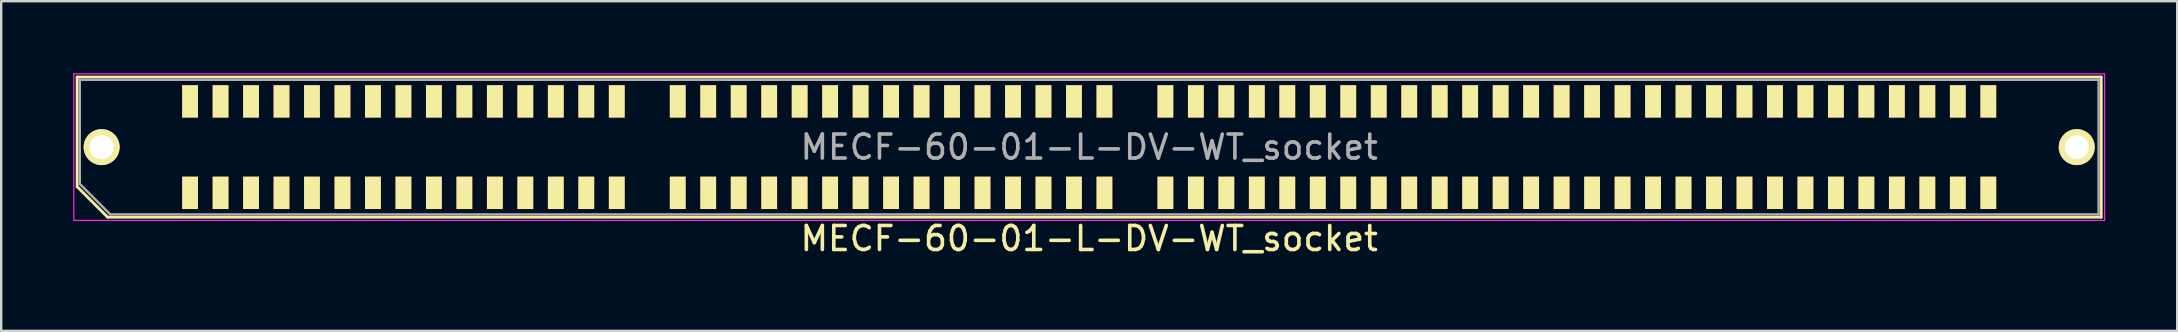
<source format=kicad_pcb>
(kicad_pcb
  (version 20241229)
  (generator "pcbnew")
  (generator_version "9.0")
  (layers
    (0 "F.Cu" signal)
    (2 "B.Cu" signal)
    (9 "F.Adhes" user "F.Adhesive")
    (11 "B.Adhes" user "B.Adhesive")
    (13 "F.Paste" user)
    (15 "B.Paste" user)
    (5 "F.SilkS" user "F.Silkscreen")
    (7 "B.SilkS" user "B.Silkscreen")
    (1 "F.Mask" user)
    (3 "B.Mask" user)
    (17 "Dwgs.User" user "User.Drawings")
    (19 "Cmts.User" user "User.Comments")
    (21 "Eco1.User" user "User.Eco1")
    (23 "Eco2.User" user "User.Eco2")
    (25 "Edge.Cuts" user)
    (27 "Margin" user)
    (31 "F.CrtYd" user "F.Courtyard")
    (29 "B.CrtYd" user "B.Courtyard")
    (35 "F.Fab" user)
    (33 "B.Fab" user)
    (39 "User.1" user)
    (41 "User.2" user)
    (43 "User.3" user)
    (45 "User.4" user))
  (footprint "MECF-60-01-L-DV-WT_socket"
    (layer "F.Cu")
    (at 42.335 3.08)
    (property "Reference" "MECF-60-01-L-DV-WT_socket" (at 0 3.81 0) (layer "F.SilkS") (effects (font (size 1 1) (thickness 0.15))))
    (attr through_hole)
    (fp_line (start -42.17 -2.92) (end 42.17 -2.92) (stroke (width 0.12) (type solid)) (layer "F.SilkS"))
    (fp_line (start -42.17 1.65) (end -42.17 -2.92) (stroke (width 0.12) (type solid)) (layer "F.SilkS"))
    (fp_line (start -40.9 2.92) (end -42.17 1.65) (stroke (width 0.12) (type solid)) (layer "F.SilkS"))
    (fp_line (start -40.9 2.92) (end 42.17 2.92) (stroke (width 0.12) (type solid)) (layer "F.SilkS"))
    (fp_line (start 42.17 2.92) (end 42.17 -2.92) (stroke (width 0.12) (type solid)) (layer "F.SilkS"))
    (fp_line (start -42.31 -3.055) (end -42.31 3.055) (stroke (width 0.05) (type solid)) (layer "F.CrtYd"))
    (fp_line (start -42.31 3.055) (end 42.31 3.055) (stroke (width 0.05) (type solid)) (layer "F.CrtYd"))
    (fp_line (start 42.31 -3.055) (end -42.31 -3.055) (stroke (width 0.05) (type solid)) (layer "F.CrtYd"))
    (fp_line (start 42.31 3.055) (end 42.31 -3.055) (stroke (width 0.05) (type solid)) (layer "F.CrtYd"))
    (fp_line (start -42.06 -2.805) (end 42.06 -2.805) (stroke (width 0.1) (type solid)) (layer "F.Fab"))
    (fp_line (start -42.06 1.535) (end -42.06 -2.805) (stroke (width 0.1) (type solid)) (layer "F.Fab"))
    (fp_line (start -42.06 1.535) (end -40.79 2.805) (stroke (width 0.1) (type solid)) (layer "F.Fab"))
    (fp_line (start -40.79 2.805) (end 42.06 2.805) (stroke (width 0.1) (type solid)) (layer "F.Fab"))
    (fp_line (start 42.06 2.805) (end 42.06 -2.805) (stroke (width 0.1) (type solid)) (layer "F.Fab"))
    (fp_text user "${REFERENCE}" (at 0 0 0) (layer "F.Fab") (effects (font (size 1 1) (thickness 0.15))))
    (pad "" np_thru_hole circle (at -39.245 0) (size 0.001 0.001) (drill 1.45) (layers "*.Cu" "*.Mask" "F.SilkS"))
    (pad "" np_thru_hole circle (at 39.245 1) (size 0.001 0.001) (drill 1.45) (layers "*.Cu" "*.Mask" "F.SilkS"))
    (pad "1" smd rect (at -37.465 1.905) (size 0.66 1.35) (layers "F.Cu" "F.Mask" "F.SilkS"))
    (pad "2" smd rect (at -37.465 -1.905) (size 0.66 1.35) (layers "F.Cu" "F.Mask" "F.SilkS"))
    (pad "3" smd rect (at -36.195 1.905) (size 0.66 1.35) (layers "F.Cu" "F.Mask" "F.SilkS"))
    (pad "4" smd rect (at -36.195 -1.905) (size 0.66 1.35) (layers "F.Cu" "F.Mask" "F.SilkS"))
    (pad "5" smd rect (at -34.925 1.905) (size 0.66 1.35) (layers "F.Cu" "F.Mask" "F.SilkS"))
    (pad "6" smd rect (at -34.925 -1.905) (size 0.66 1.35) (layers "F.Cu" "F.Mask" "F.SilkS"))
    (pad "7" smd rect (at -33.655 1.905) (size 0.66 1.35) (layers "F.Cu" "F.Mask" "F.SilkS"))
    (pad "8" smd rect (at -33.655 -1.905) (size 0.66 1.35) (layers "F.Cu" "F.Mask" "F.SilkS"))
    (pad "9" smd rect (at -32.385 1.905) (size 0.66 1.35) (layers "F.Cu" "F.Mask" "F.SilkS"))
    (pad "10" smd rect (at -32.385 -1.905) (size 0.66 1.35) (layers "F.Cu" "F.Mask" "F.SilkS"))
    (pad "11" smd rect (at -31.115 1.905) (size 0.66 1.35) (layers "F.Cu" "F.Mask" "F.SilkS"))
    (pad "12" smd rect (at -31.115 -1.905) (size 0.66 1.35) (layers "F.Cu" "F.Mask" "F.SilkS"))
    (pad "13" smd rect (at -29.845 1.905) (size 0.66 1.35) (layers "F.Cu" "F.Mask" "F.SilkS"))
    (pad "14" smd rect (at -29.845 -1.905) (size 0.66 1.35) (layers "F.Cu" "F.Mask" "F.SilkS"))
    (pad "15" smd rect (at -28.575 1.905) (size 0.66 1.35) (layers "F.Cu" "F.Mask" "F.SilkS"))
    (pad "16" smd rect (at -28.575 -1.905) (size 0.66 1.35) (layers "F.Cu" "F.Mask" "F.SilkS"))
    (pad "17" smd rect (at -27.305 1.905) (size 0.66 1.35) (layers "F.Cu" "F.Mask" "F.SilkS"))
    (pad "18" smd rect (at -27.305 -1.905) (size 0.66 1.35) (layers "F.Cu" "F.Mask" "F.SilkS"))
    (pad "19" smd rect (at -26.035 1.905) (size 0.66 1.35) (layers "F.Cu" "F.Mask" "F.SilkS"))
    (pad "20" smd rect (at -26.035 -1.905) (size 0.66 1.35) (layers "F.Cu" "F.Mask" "F.SilkS"))
    (pad "21" smd rect (at -24.765 1.905) (size 0.66 1.35) (layers "F.Cu" "F.Mask" "F.SilkS"))
    (pad "22" smd rect (at -24.765 -1.905) (size 0.66 1.35) (layers "F.Cu" "F.Mask" "F.SilkS"))
    (pad "23" smd rect (at -23.495 1.905) (size 0.66 1.35) (layers "F.Cu" "F.Mask" "F.SilkS"))
    (pad "24" smd rect (at -23.495 -1.905) (size 0.66 1.35) (layers "F.Cu" "F.Mask" "F.SilkS"))
    (pad "25" smd rect (at -22.225 1.905) (size 0.66 1.35) (layers "F.Cu" "F.Mask" "F.SilkS"))
    (pad "26" smd rect (at -22.225 -1.905) (size 0.66 1.35) (layers "F.Cu" "F.Mask" "F.SilkS"))
    (pad "27" smd rect (at -20.955 1.905) (size 0.66 1.35) (layers "F.Cu" "F.Mask" "F.SilkS"))
    (pad "28" smd rect (at -20.955 -1.905) (size 0.66 1.35) (layers "F.Cu" "F.Mask" "F.SilkS"))
    (pad "29" smd rect (at -19.685 1.905) (size 0.66 1.35) (layers "F.Cu" "F.Mask" "F.SilkS"))
    (pad "30" smd rect (at -19.685 -1.905) (size 0.66 1.35) (layers "F.Cu" "F.Mask" "F.SilkS"))
    (pad "33" smd rect (at -17.145 1.905) (size 0.66 1.35) (layers "F.Cu" "F.Mask" "F.SilkS"))
    (pad "34" smd rect (at -17.145 -1.905) (size 0.66 1.35) (layers "F.Cu" "F.Mask" "F.SilkS"))
    (pad "35" smd rect (at -15.875 1.905) (size 0.66 1.35) (layers "F.Cu" "F.Mask" "F.SilkS"))
    (pad "36" smd rect (at -15.875 -1.905) (size 0.66 1.35) (layers "F.Cu" "F.Mask" "F.SilkS"))
    (pad "37" smd rect (at -14.605 1.905) (size 0.66 1.35) (layers "F.Cu" "F.Mask" "F.SilkS"))
    (pad "38" smd rect (at -14.605 -1.905) (size 0.66 1.35) (layers "F.Cu" "F.Mask" "F.SilkS"))
    (pad "39" smd rect (at -13.335 1.905) (size 0.66 1.35) (layers "F.Cu" "F.Mask" "F.SilkS"))
    (pad "40" smd rect (at -13.335 -1.905) (size 0.66 1.35) (layers "F.Cu" "F.Mask" "F.SilkS"))
    (pad "41" smd rect (at -12.065 1.905) (size 0.66 1.35) (layers "F.Cu" "F.Mask" "F.SilkS"))
    (pad "42" smd rect (at -12.065 -1.905) (size 0.66 1.35) (layers "F.Cu" "F.Mask" "F.SilkS"))
    (pad "43" smd rect (at -10.795 1.905) (size 0.66 1.35) (layers "F.Cu" "F.Mask" "F.SilkS"))
    (pad "44" smd rect (at -10.795 -1.905) (size 0.66 1.35) (layers "F.Cu" "F.Mask" "F.SilkS"))
    (pad "45" smd rect (at -9.525 1.905) (size 0.66 1.35) (layers "F.Cu" "F.Mask" "F.SilkS"))
    (pad "46" smd rect (at -9.525 -1.905) (size 0.66 1.35) (layers "F.Cu" "F.Mask" "F.SilkS"))
    (pad "47" smd rect (at -8.255 1.905) (size 0.66 1.35) (layers "F.Cu" "F.Mask" "F.SilkS"))
    (pad "48" smd rect (at -8.255 -1.905) (size 0.66 1.35) (layers "F.Cu" "F.Mask" "F.SilkS"))
    (pad "49" smd rect (at -6.985 1.905) (size 0.66 1.35) (layers "F.Cu" "F.Mask" "F.SilkS"))
    (pad "50" smd rect (at -6.985 -1.905) (size 0.66 1.35) (layers "F.Cu" "F.Mask" "F.SilkS"))
    (pad "51" smd rect (at -5.715 1.905) (size 0.66 1.35) (layers "F.Cu" "F.Mask" "F.SilkS"))
    (pad "52" smd rect (at -5.715 -1.905) (size 0.66 1.35) (layers "F.Cu" "F.Mask" "F.SilkS"))
    (pad "53" smd rect (at -4.445 1.905) (size 0.66 1.35) (layers "F.Cu" "F.Mask" "F.SilkS"))
    (pad "54" smd rect (at -4.445 -1.905) (size 0.66 1.35) (layers "F.Cu" "F.Mask" "F.SilkS"))
    (pad "55" smd rect (at -3.175 1.905) (size 0.66 1.35) (layers "F.Cu" "F.Mask" "F.SilkS"))
    (pad "56" smd rect (at -3.175 -1.905) (size 0.66 1.35) (layers "F.Cu" "F.Mask" "F.SilkS"))
    (pad "57" smd rect (at -1.905 1.905) (size 0.66 1.35) (layers "F.Cu" "F.Mask" "F.SilkS"))
    (pad "58" smd rect (at -1.905 -1.905) (size 0.66 1.35) (layers "F.Cu" "F.Mask" "F.SilkS"))
    (pad "59" smd rect (at -0.635 1.905) (size 0.66 1.35) (layers "F.Cu" "F.Mask" "F.SilkS"))
    (pad "60" smd rect (at -0.635 -1.905) (size 0.66 1.35) (layers "F.Cu" "F.Mask" "F.SilkS"))
    (pad "61" smd rect (at 0.635 1.905) (size 0.66 1.35) (layers "F.Cu" "F.Mask" "F.SilkS"))
    (pad "62" smd rect (at 0.635 -1.905) (size 0.66 1.35) (layers "F.Cu" "F.Mask" "F.SilkS"))
    (pad "65" smd rect (at 3.175 1.905) (size 0.66 1.35) (layers "F.Cu" "F.Mask" "F.SilkS"))
    (pad "66" smd rect (at 3.175 -1.905) (size 0.66 1.35) (layers "F.Cu" "F.Mask" "F.SilkS"))
    (pad "67" smd rect (at 4.445 1.905) (size 0.66 1.35) (layers "F.Cu" "F.Mask" "F.SilkS"))
    (pad "68" smd rect (at 4.445 -1.905) (size 0.66 1.35) (layers "F.Cu" "F.Mask" "F.SilkS"))
    (pad "69" smd rect (at 5.715 1.905) (size 0.66 1.35) (layers "F.Cu" "F.Mask" "F.SilkS"))
    (pad "70" smd rect (at 5.715 -1.905) (size 0.66 1.35) (layers "F.Cu" "F.Mask" "F.SilkS"))
    (pad "71" smd rect (at 6.985 1.905) (size 0.66 1.35) (layers "F.Cu" "F.Mask" "F.SilkS"))
    (pad "72" smd rect (at 6.985 -1.905) (size 0.66 1.35) (layers "F.Cu" "F.Mask" "F.SilkS"))
    (pad "73" smd rect (at 8.255 1.905) (size 0.66 1.35) (layers "F.Cu" "F.Mask" "F.SilkS"))
    (pad "74" smd rect (at 8.255 -1.905) (size 0.66 1.35) (layers "F.Cu" "F.Mask" "F.SilkS"))
    (pad "75" smd rect (at 9.525 1.905) (size 0.66 1.35) (layers "F.Cu" "F.Mask" "F.SilkS"))
    (pad "76" smd rect (at 9.525 -1.905) (size 0.66 1.35) (layers "F.Cu" "F.Mask" "F.SilkS"))
    (pad "77" smd rect (at 10.795 1.905) (size 0.66 1.35) (layers "F.Cu" "F.Mask" "F.SilkS"))
    (pad "78" smd rect (at 10.795 -1.905) (size 0.66 1.35) (layers "F.Cu" "F.Mask" "F.SilkS"))
    (pad "79" smd rect (at 12.065 1.905) (size 0.66 1.35) (layers "F.Cu" "F.Mask" "F.SilkS"))
    (pad "80" smd rect (at 12.065 -1.905) (size 0.66 1.35) (layers "F.Cu" "F.Mask" "F.SilkS"))
    (pad "81" smd rect (at 13.335 1.905) (size 0.66 1.35) (layers "F.Cu" "F.Mask" "F.SilkS"))
    (pad "82" smd rect (at 13.335 -1.905) (size 0.66 1.35) (layers "F.Cu" "F.Mask" "F.SilkS"))
    (pad "83" smd rect (at 14.605 1.905) (size 0.66 1.35) (layers "F.Cu" "F.Mask" "F.SilkS"))
    (pad "84" smd rect (at 14.605 -1.905) (size 0.66 1.35) (layers "F.Cu" "F.Mask" "F.SilkS"))
    (pad "85" smd rect (at 15.875 1.905) (size 0.66 1.35) (layers "F.Cu" "F.Mask" "F.SilkS"))
    (pad "86" smd rect (at 15.875 -1.905) (size 0.66 1.35) (layers "F.Cu" "F.Mask" "F.SilkS"))
    (pad "87" smd rect (at 17.145 1.905) (size 0.66 1.35) (layers "F.Cu" "F.Mask" "F.SilkS"))
    (pad "88" smd rect (at 17.145 -1.905) (size 0.66 1.35) (layers "F.Cu" "F.Mask" "F.SilkS"))
    (pad "89" smd rect (at 18.415 1.905) (size 0.66 1.35) (layers "F.Cu" "F.Mask" "F.SilkS"))
    (pad "90" smd rect (at 18.415 -1.905) (size 0.66 1.35) (layers "F.Cu" "F.Mask" "F.SilkS"))
    (pad "91" smd rect (at 19.685 1.905) (size 0.66 1.35) (layers "F.Cu" "F.Mask" "F.SilkS"))
    (pad "92" smd rect (at 19.685 -1.905) (size 0.66 1.35) (layers "F.Cu" "F.Mask" "F.SilkS"))
    (pad "93" smd rect (at 20.955 1.905) (size 0.66 1.35) (layers "F.Cu" "F.Mask" "F.SilkS"))
    (pad "94" smd rect (at 20.955 -1.905) (size 0.66 1.35) (layers "F.Cu" "F.Mask" "F.SilkS"))
    (pad "95" smd rect (at 22.225 1.905) (size 0.66 1.35) (layers "F.Cu" "F.Mask" "F.SilkS"))
    (pad "96" smd rect (at 22.225 -1.905) (size 0.66 1.35) (layers "F.Cu" "F.Mask" "F.SilkS"))
    (pad "97" smd rect (at 23.495 1.905) (size 0.66 1.35) (layers "F.Cu" "F.Mask" "F.SilkS"))
    (pad "98" smd rect (at 23.495 -1.905) (size 0.66 1.35) (layers "F.Cu" "F.Mask" "F.SilkS"))
    (pad "99" smd rect (at 24.765 1.905) (size 0.66 1.35) (layers "F.Cu" "F.Mask" "F.SilkS"))
    (pad "100" smd rect (at 24.765 -1.905) (size 0.66 1.35) (layers "F.Cu" "F.Mask" "F.SilkS"))
    (pad "101" smd rect (at 26.035 1.905) (size 0.66 1.35) (layers "F.Cu" "F.Mask" "F.SilkS"))
    (pad "102" smd rect (at 26.035 -1.905) (size 0.66 1.35) (layers "F.Cu" "F.Mask" "F.SilkS"))
    (pad "103" smd rect (at 27.305 1.905) (size 0.66 1.35) (layers "F.Cu" "F.Mask" "F.SilkS"))
    (pad "104" smd rect (at 27.305 -1.905) (size 0.66 1.35) (layers "F.Cu" "F.Mask" "F.SilkS"))
    (pad "105" smd rect (at 28.575 1.905) (size 0.66 1.35) (layers "F.Cu" "F.Mask" "F.SilkS"))
    (pad "106" smd rect (at 28.575 -1.905) (size 0.66 1.35) (layers "F.Cu" "F.Mask" "F.SilkS"))
    (pad "107" smd rect (at 29.845 1.905) (size 0.66 1.35) (layers "F.Cu" "F.Mask" "F.SilkS"))
    (pad "108" smd rect (at 29.845 -1.905) (size 0.66 1.35) (layers "F.Cu" "F.Mask" "F.SilkS"))
    (pad "109" smd rect (at 31.115 1.905) (size 0.66 1.35) (layers "F.Cu" "F.Mask" "F.SilkS"))
    (pad "110" smd rect (at 31.115 -1.905) (size 0.66 1.35) (layers "F.Cu" "F.Mask" "F.SilkS"))
    (pad "111" smd rect (at 32.385 1.905) (size 0.66 1.35) (layers "F.Cu" "F.Mask" "F.SilkS"))
    (pad "112" smd rect (at 32.385 -1.905) (size 0.66 1.35) (layers "F.Cu" "F.Mask" "F.SilkS"))
    (pad "113" smd rect (at 33.655 1.905) (size 0.66 1.35) (layers "F.Cu" "F.Mask" "F.SilkS"))
    (pad "114" smd rect (at 33.655 -1.905) (size 0.66 1.35) (layers "F.Cu" "F.Mask" "F.SilkS"))
    (pad "115" smd rect (at 34.925 1.905) (size 0.66 1.35) (layers "F.Cu" "F.Mask" "F.SilkS"))
    (pad "116" smd rect (at 34.925 -1.905) (size 0.66 1.35) (layers "F.Cu" "F.Mask" "F.SilkS"))
    (pad "117" smd rect (at 36.195 1.905) (size 0.66 1.35) (layers "F.Cu" "F.Mask" "F.SilkS"))
    (pad "118" smd rect (at 36.195 -1.905) (size 0.66 1.35) (layers "F.Cu" "F.Mask" "F.SilkS"))
    (pad "119" smd rect (at 37.465 1.905) (size 0.66 1.35) (layers "F.Cu" "F.Mask" "F.SilkS"))
    (pad "120" smd rect (at 37.465 -1.905) (size 0.66 1.35) (layers "F.Cu" "F.Mask" "F.SilkS"))
    (pad "None" thru_hole circle (at -41.15 0) (size 1.5 1.5) (drill 1) (layers "*.Cu" "*.Mask" "F.SilkS"))
    (pad "None" thru_hole circle (at 41.15 0) (size 1.5 1.5) (drill 1) (layers "*.Cu" "*.Mask" "F.SilkS")))
  (gr_rect
    (start -3 -3)
    (end 87.67 10.738)
    (stroke (width 0.1) (type default))
    (fill no)
    (layer "Edge.Cuts")))
</source>
